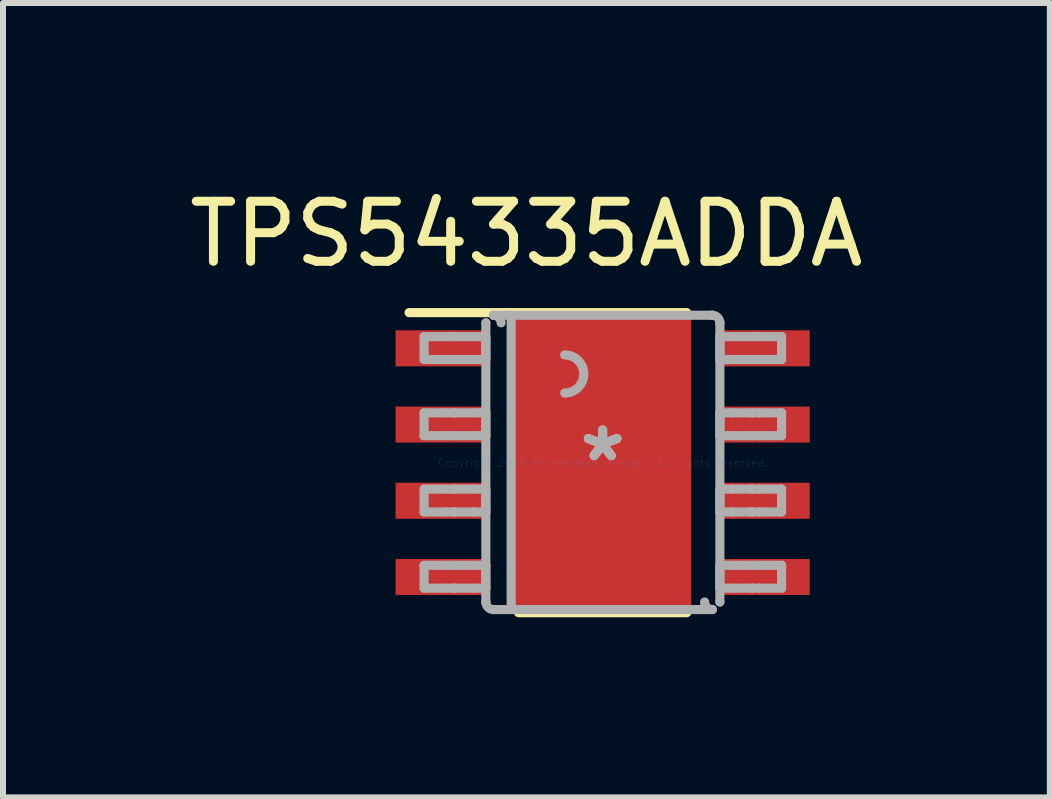
<source format=kicad_pcb>
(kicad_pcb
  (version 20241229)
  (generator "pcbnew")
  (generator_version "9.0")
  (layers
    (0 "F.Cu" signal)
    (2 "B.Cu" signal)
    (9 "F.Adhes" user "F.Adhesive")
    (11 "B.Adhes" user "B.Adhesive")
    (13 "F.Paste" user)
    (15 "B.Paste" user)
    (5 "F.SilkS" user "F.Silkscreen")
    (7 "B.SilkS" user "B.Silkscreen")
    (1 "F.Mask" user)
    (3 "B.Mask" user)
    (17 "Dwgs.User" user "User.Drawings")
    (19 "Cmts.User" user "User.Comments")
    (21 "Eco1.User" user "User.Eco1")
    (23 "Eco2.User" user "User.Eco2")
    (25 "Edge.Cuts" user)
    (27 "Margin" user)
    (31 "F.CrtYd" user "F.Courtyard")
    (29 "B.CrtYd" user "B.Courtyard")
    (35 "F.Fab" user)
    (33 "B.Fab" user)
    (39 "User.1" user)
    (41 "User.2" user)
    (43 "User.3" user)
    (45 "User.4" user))
  (footprint "TPS54335ADDA"
    (layer "F.Cu")
    (at 6.99 4.658)
    (property "Reference" "TPS54335ADDA" (at -1.27 -3.81 0) (layer "F.SilkS") (effects (font (size 1 1) (thickness 0.15))))
    (attr through_hole)
    (fp_line (start -1.2 -1.502) (end -1.199 -1.511) (stroke (width 0.152) (type solid)) (layer "F.Mask"))
    (fp_line (start -1.2 1.502) (end -1.2 -1.502) (stroke (width 0.152) (type solid)) (layer "F.Mask"))
    (fp_line (start -1.199 -1.511) (end -1.196 -1.52) (stroke (width 0.152) (type solid)) (layer "F.Mask"))
    (fp_line (start -1.199 1.511) (end -1.2 1.502) (stroke (width 0.152) (type solid)) (layer "F.Mask"))
    (fp_line (start -1.196 -1.52) (end -1.192 -1.529) (stroke (width 0.152) (type solid)) (layer "F.Mask"))
    (fp_line (start -1.196 1.52) (end -1.199 1.511) (stroke (width 0.152) (type solid)) (layer "F.Mask"))
    (fp_line (start -1.192 -1.529) (end -1.186 -1.536) (stroke (width 0.152) (type solid)) (layer "F.Mask"))
    (fp_line (start -1.192 1.529) (end -1.196 1.52) (stroke (width 0.152) (type solid)) (layer "F.Mask"))
    (fp_line (start -1.186 -1.536) (end -1.179 -1.542) (stroke (width 0.152) (type solid)) (layer "F.Mask"))
    (fp_line (start -1.186 1.536) (end -1.192 1.529) (stroke (width 0.152) (type solid)) (layer "F.Mask"))
    (fp_line (start -1.179 -1.542) (end -1.17 -1.546) (stroke (width 0.152) (type solid)) (layer "F.Mask"))
    (fp_line (start -1.179 1.542) (end -1.186 1.536) (stroke (width 0.152) (type solid)) (layer "F.Mask"))
    (fp_line (start -1.17 -1.546) (end -1.161 -1.549) (stroke (width 0.152) (type solid)) (layer "F.Mask"))
    (fp_line (start -1.17 1.546) (end -1.179 1.542) (stroke (width 0.152) (type solid)) (layer "F.Mask"))
    (fp_line (start -1.161 -1.549) (end -1.152 -1.55) (stroke (width 0.152) (type solid)) (layer "F.Mask"))
    (fp_line (start -1.161 1.549) (end -1.17 1.546) (stroke (width 0.152) (type solid)) (layer "F.Mask"))
    (fp_line (start -1.152 -1.55) (end 1.152 -1.55) (stroke (width 0.152) (type solid)) (layer "F.Mask"))
    (fp_line (start -1.152 1.55) (end -1.161 1.549) (stroke (width 0.152) (type solid)) (layer "F.Mask"))
    (fp_line (start 1.152 -1.55) (end 1.161 -1.549) (stroke (width 0.152) (type solid)) (layer "F.Mask"))
    (fp_line (start 1.152 1.55) (end -1.152 1.55) (stroke (width 0.152) (type solid)) (layer "F.Mask"))
    (fp_line (start 1.161 -1.549) (end 1.17 -1.546) (stroke (width 0.152) (type solid)) (layer "F.Mask"))
    (fp_line (start 1.161 1.549) (end 1.152 1.55) (stroke (width 0.152) (type solid)) (layer "F.Mask"))
    (fp_line (start 1.17 -1.546) (end 1.179 -1.542) (stroke (width 0.152) (type solid)) (layer "F.Mask"))
    (fp_line (start 1.17 1.546) (end 1.161 1.549) (stroke (width 0.152) (type solid)) (layer "F.Mask"))
    (fp_line (start 1.179 -1.542) (end 1.186 -1.536) (stroke (width 0.152) (type solid)) (layer "F.Mask"))
    (fp_line (start 1.179 1.542) (end 1.17 1.546) (stroke (width 0.152) (type solid)) (layer "F.Mask"))
    (fp_line (start 1.186 -1.536) (end 1.192 -1.529) (stroke (width 0.152) (type solid)) (layer "F.Mask"))
    (fp_line (start 1.186 1.536) (end 1.179 1.542) (stroke (width 0.152) (type solid)) (layer "F.Mask"))
    (fp_line (start 1.192 -1.529) (end 1.196 -1.52) (stroke (width 0.152) (type solid)) (layer "F.Mask"))
    (fp_line (start 1.192 1.529) (end 1.186 1.536) (stroke (width 0.152) (type solid)) (layer "F.Mask"))
    (fp_line (start 1.196 -1.52) (end 1.199 -1.511) (stroke (width 0.152) (type solid)) (layer "F.Mask"))
    (fp_line (start 1.196 1.52) (end 1.192 1.529) (stroke (width 0.152) (type solid)) (layer "F.Mask"))
    (fp_line (start 1.199 -1.511) (end 1.2 -1.502) (stroke (width 0.152) (type solid)) (layer "F.Mask"))
    (fp_line (start 1.199 1.511) (end 1.196 1.52) (stroke (width 0.152) (type solid)) (layer "F.Mask"))
    (fp_line (start 1.2 -1.502) (end 1.2 1.502) (stroke (width 0.152) (type solid)) (layer "F.Mask"))
    (fp_line (start 1.2 1.502) (end 1.199 1.511) (stroke (width 0.152) (type solid)) (layer "F.Mask"))
    (fp_line (start -3.225 -2.5) (end 1.4 -2.5) (stroke (width 0.152) (type solid)) (layer "F.SilkS"))
    (fp_line (start -1.4 2.5) (end 1.4 2.5) (stroke (width 0.152) (type solid)) (layer "F.SilkS"))
    (fp_line (start -1.2 -1.502) (end -1.199 -1.511) (stroke (width 0.152) (type solid)) (layer "F.Paste"))
    (fp_line (start -1.2 1.502) (end -1.2 -1.502) (stroke (width 0.152) (type solid)) (layer "F.Paste"))
    (fp_line (start -1.199 -1.511) (end -1.196 -1.52) (stroke (width 0.152) (type solid)) (layer "F.Paste"))
    (fp_line (start -1.199 1.511) (end -1.2 1.502) (stroke (width 0.152) (type solid)) (layer "F.Paste"))
    (fp_line (start -1.196 -1.52) (end -1.192 -1.529) (stroke (width 0.152) (type solid)) (layer "F.Paste"))
    (fp_line (start -1.196 1.52) (end -1.199 1.511) (stroke (width 0.152) (type solid)) (layer "F.Paste"))
    (fp_line (start -1.192 -1.529) (end -1.186 -1.536) (stroke (width 0.152) (type solid)) (layer "F.Paste"))
    (fp_line (start -1.192 1.529) (end -1.196 1.52) (stroke (width 0.152) (type solid)) (layer "F.Paste"))
    (fp_line (start -1.186 -1.536) (end -1.179 -1.542) (stroke (width 0.152) (type solid)) (layer "F.Paste"))
    (fp_line (start -1.186 1.536) (end -1.192 1.529) (stroke (width 0.152) (type solid)) (layer "F.Paste"))
    (fp_line (start -1.179 -1.542) (end -1.17 -1.546) (stroke (width 0.152) (type solid)) (layer "F.Paste"))
    (fp_line (start -1.179 1.542) (end -1.186 1.536) (stroke (width 0.152) (type solid)) (layer "F.Paste"))
    (fp_line (start -1.17 -1.546) (end -1.161 -1.549) (stroke (width 0.152) (type solid)) (layer "F.Paste"))
    (fp_line (start -1.17 1.546) (end -1.179 1.542) (stroke (width 0.152) (type solid)) (layer "F.Paste"))
    (fp_line (start -1.161 -1.549) (end -1.152 -1.55) (stroke (width 0.152) (type solid)) (layer "F.Paste"))
    (fp_line (start -1.161 1.549) (end -1.17 1.546) (stroke (width 0.152) (type solid)) (layer "F.Paste"))
    (fp_line (start -1.152 -1.55) (end 1.152 -1.55) (stroke (width 0.152) (type solid)) (layer "F.Paste"))
    (fp_line (start -1.152 1.55) (end -1.161 1.549) (stroke (width 0.152) (type solid)) (layer "F.Paste"))
    (fp_line (start 1.152 -1.55) (end 1.161 -1.549) (stroke (width 0.152) (type solid)) (layer "F.Paste"))
    (fp_line (start 1.152 1.55) (end -1.152 1.55) (stroke (width 0.152) (type solid)) (layer "F.Paste"))
    (fp_line (start 1.161 -1.549) (end 1.17 -1.546) (stroke (width 0.152) (type solid)) (layer "F.Paste"))
    (fp_line (start 1.161 1.549) (end 1.152 1.55) (stroke (width 0.152) (type solid)) (layer "F.Paste"))
    (fp_line (start 1.17 -1.546) (end 1.179 -1.542) (stroke (width 0.152) (type solid)) (layer "F.Paste"))
    (fp_line (start 1.17 1.546) (end 1.161 1.549) (stroke (width 0.152) (type solid)) (layer "F.Paste"))
    (fp_line (start 1.179 -1.542) (end 1.186 -1.536) (stroke (width 0.152) (type solid)) (layer "F.Paste"))
    (fp_line (start 1.179 1.542) (end 1.17 1.546) (stroke (width 0.152) (type solid)) (layer "F.Paste"))
    (fp_line (start 1.186 -1.536) (end 1.192 -1.529) (stroke (width 0.152) (type solid)) (layer "F.Paste"))
    (fp_line (start 1.186 1.536) (end 1.179 1.542) (stroke (width 0.152) (type solid)) (layer "F.Paste"))
    (fp_line (start 1.192 -1.529) (end 1.196 -1.52) (stroke (width 0.152) (type solid)) (layer "F.Paste"))
    (fp_line (start 1.192 1.529) (end 1.186 1.536) (stroke (width 0.152) (type solid)) (layer "F.Paste"))
    (fp_line (start 1.196 -1.52) (end 1.199 -1.511) (stroke (width 0.152) (type solid)) (layer "F.Paste"))
    (fp_line (start 1.196 1.52) (end 1.192 1.529) (stroke (width 0.152) (type solid)) (layer "F.Paste"))
    (fp_line (start 1.199 -1.511) (end 1.2 -1.502) (stroke (width 0.152) (type solid)) (layer "F.Paste"))
    (fp_line (start 1.199 1.511) (end 1.196 1.52) (stroke (width 0.152) (type solid)) (layer "F.Paste"))
    (fp_line (start 1.2 -1.502) (end 1.2 1.502) (stroke (width 0.152) (type solid)) (layer "F.Paste"))
    (fp_line (start 1.2 1.502) (end 1.199 1.511) (stroke (width 0.152) (type solid)) (layer "F.Paste"))
    (fp_line (start -2.975 -2.1) (end -2.614 -2.1) (stroke (width 0.152) (type solid)) (layer "F.Fab"))
    (fp_line (start -2.975 -1.719) (end -2.975 -2.1) (stroke (width 0.152) (type solid)) (layer "F.Fab"))
    (fp_line (start -2.975 -1.719) (end -2.614 -1.719) (stroke (width 0.152) (type solid)) (layer "F.Fab"))
    (fp_line (start -2.975 -0.83) (end -2.614 -0.83) (stroke (width 0.152) (type solid)) (layer "F.Fab"))
    (fp_line (start -2.975 -0.449) (end -2.975 -0.83) (stroke (width 0.152) (type solid)) (layer "F.Fab"))
    (fp_line (start -2.975 -0.449) (end -2.614 -0.449) (stroke (width 0.152) (type solid)) (layer "F.Fab"))
    (fp_line (start -2.975 0.44) (end -2.614 0.44) (stroke (width 0.152) (type solid)) (layer "F.Fab"))
    (fp_line (start -2.975 0.821) (end -2.975 0.44) (stroke (width 0.152) (type solid)) (layer "F.Fab"))
    (fp_line (start -2.975 0.821) (end -2.614 0.821) (stroke (width 0.152) (type solid)) (layer "F.Fab"))
    (fp_line (start -2.975 1.71) (end -2.614 1.71) (stroke (width 0.152) (type solid)) (layer "F.Fab"))
    (fp_line (start -2.975 2.091) (end -2.975 1.71) (stroke (width 0.152) (type solid)) (layer "F.Fab"))
    (fp_line (start -2.975 2.091) (end -2.614 2.091) (stroke (width 0.152) (type solid)) (layer "F.Fab"))
    (fp_line (start -2.614 -2.1) (end -2.497 -2.1) (stroke (width 0.152) (type solid)) (layer "F.Fab"))
    (fp_line (start -2.614 -1.719) (end -2.497 -1.719) (stroke (width 0.152) (type solid)) (layer "F.Fab"))
    (fp_line (start -2.614 -0.83) (end -2.497 -0.83) (stroke (width 0.152) (type solid)) (layer "F.Fab"))
    (fp_line (start -2.614 -0.449) (end -2.497 -0.449) (stroke (width 0.152) (type solid)) (layer "F.Fab"))
    (fp_line (start -2.614 0.44) (end -2.497 0.44) (stroke (width 0.152) (type solid)) (layer "F.Fab"))
    (fp_line (start -2.614 0.821) (end -2.497 0.821) (stroke (width 0.152) (type solid)) (layer "F.Fab"))
    (fp_line (start -2.614 1.71) (end -2.497 1.71) (stroke (width 0.152) (type solid)) (layer "F.Fab"))
    (fp_line (start -2.614 2.091) (end -2.497 2.091) (stroke (width 0.152) (type solid)) (layer "F.Fab"))
    (fp_line (start -2.497 -2.1) (end -2.473 -2.1) (stroke (width 0.152) (type solid)) (layer "F.Fab"))
    (fp_line (start -2.497 -1.719) (end -2.473 -1.719) (stroke (width 0.152) (type solid)) (layer "F.Fab"))
    (fp_line (start -2.497 -0.83) (end -2.473 -0.83) (stroke (width 0.152) (type solid)) (layer "F.Fab"))
    (fp_line (start -2.497 -0.449) (end -2.473 -0.449) (stroke (width 0.152) (type solid)) (layer "F.Fab"))
    (fp_line (start -2.497 0.44) (end -2.473 0.44) (stroke (width 0.152) (type solid)) (layer "F.Fab"))
    (fp_line (start -2.497 0.821) (end -2.473 0.821) (stroke (width 0.152) (type solid)) (layer "F.Fab"))
    (fp_line (start -2.497 1.71) (end -2.473 1.71) (stroke (width 0.152) (type solid)) (layer "F.Fab"))
    (fp_line (start -2.497 2.091) (end -2.473 2.091) (stroke (width 0.152) (type solid)) (layer "F.Fab"))
    (fp_line (start -2.473 -2.1) (end -2.144 -2.1) (stroke (width 0.152) (type solid)) (layer "F.Fab"))
    (fp_line (start -2.473 -1.719) (end -2.144 -1.719) (stroke (width 0.152) (type solid)) (layer "F.Fab"))
    (fp_line (start -2.473 -0.83) (end -2.144 -0.83) (stroke (width 0.152) (type solid)) (layer "F.Fab"))
    (fp_line (start -2.473 -0.449) (end -2.144 -0.449) (stroke (width 0.152) (type solid)) (layer "F.Fab"))
    (fp_line (start -2.473 0.44) (end -2.144 0.44) (stroke (width 0.152) (type solid)) (layer "F.Fab"))
    (fp_line (start -2.473 0.821) (end -2.144 0.821) (stroke (width 0.152) (type solid)) (layer "F.Fab"))
    (fp_line (start -2.473 1.71) (end -2.144 1.71) (stroke (width 0.152) (type solid)) (layer "F.Fab"))
    (fp_line (start -2.473 2.091) (end -2.144 2.091) (stroke (width 0.152) (type solid)) (layer "F.Fab"))
    (fp_line (start -2.144 -2.1) (end -1.946 -2.1) (stroke (width 0.152) (type solid)) (layer "F.Fab"))
    (fp_line (start -2.144 -1.719) (end -1.946 -1.719) (stroke (width 0.152) (type solid)) (layer "F.Fab"))
    (fp_line (start -2.144 -0.83) (end -1.946 -0.83) (stroke (width 0.152) (type solid)) (layer "F.Fab"))
    (fp_line (start -2.144 -0.449) (end -1.946 -0.449) (stroke (width 0.152) (type solid)) (layer "F.Fab"))
    (fp_line (start -2.144 0.44) (end -1.946 0.44) (stroke (width 0.152) (type solid)) (layer "F.Fab"))
    (fp_line (start -2.144 0.821) (end -1.946 0.821) (stroke (width 0.152) (type solid)) (layer "F.Fab"))
    (fp_line (start -2.144 1.71) (end -1.946 1.71) (stroke (width 0.152) (type solid)) (layer "F.Fab"))
    (fp_line (start -2.144 2.091) (end -1.946 2.091) (stroke (width 0.152) (type solid)) (layer "F.Fab"))
    (fp_line (start -1.946 -2.329) (end -1.946 -2.33) (stroke (width 0.152) (type solid)) (layer "F.Fab"))
    (fp_line (start -1.946 -1.719) (end -1.946 -2.1) (stroke (width 0.152) (type solid)) (layer "F.Fab"))
    (fp_line (start -1.946 -0.449) (end -1.946 -0.83) (stroke (width 0.152) (type solid)) (layer "F.Fab"))
    (fp_line (start -1.946 0.821) (end -1.946 0.44) (stroke (width 0.152) (type solid)) (layer "F.Fab"))
    (fp_line (start -1.946 2.091) (end -1.946 1.71) (stroke (width 0.152) (type solid)) (layer "F.Fab"))
    (fp_line (start -1.946 2.32) (end -1.946 -2.329) (stroke (width 0.152) (type solid)) (layer "F.Fab"))
    (fp_line (start -1.946 2.32) (end -1.946 2.321) (stroke (width 0.152) (type solid)) (layer "F.Fab"))
    (fp_line (start -1.82 -2.456) (end -1.819 -2.456) (stroke (width 0.152) (type solid)) (layer "F.Fab"))
    (fp_line (start -1.82 2.447) (end -1.819 2.447) (stroke (width 0.152) (type solid)) (layer "F.Fab"))
    (fp_line (start -1.819 -2.456) (end 1.826 -2.456) (stroke (width 0.152) (type solid)) (layer "F.Fab"))
    (fp_line (start -1.819 2.447) (end 1.826 2.447) (stroke (width 0.152) (type solid)) (layer "F.Fab"))
    (fp_line (start -1.524 2.447) (end -1.524 -2.456) (stroke (width 0.152) (type solid)) (layer "F.Fab"))
    (fp_line (start 1.826 -2.456) (end 1.827 -2.456) (stroke (width 0.152) (type solid)) (layer "F.Fab"))
    (fp_line (start 1.826 2.447) (end 1.827 2.447) (stroke (width 0.152) (type solid)) (layer "F.Fab"))
    (fp_line (start 1.953 -2.329) (end 1.953 -2.33) (stroke (width 0.152) (type solid)) (layer "F.Fab"))
    (fp_line (start 1.953 -2.1) (end 2.15 -2.1) (stroke (width 0.152) (type solid)) (layer "F.Fab"))
    (fp_line (start 1.953 -1.719) (end 1.953 -2.1) (stroke (width 0.152) (type solid)) (layer "F.Fab"))
    (fp_line (start 1.953 -1.719) (end 2.15 -1.719) (stroke (width 0.152) (type solid)) (layer "F.Fab"))
    (fp_line (start 1.953 -0.83) (end 2.15 -0.83) (stroke (width 0.152) (type solid)) (layer "F.Fab"))
    (fp_line (start 1.953 -0.449) (end 1.953 -0.83) (stroke (width 0.152) (type solid)) (layer "F.Fab"))
    (fp_line (start 1.953 -0.449) (end 2.15 -0.449) (stroke (width 0.152) (type solid)) (layer "F.Fab"))
    (fp_line (start 1.953 0.44) (end 2.15 0.44) (stroke (width 0.152) (type solid)) (layer "F.Fab"))
    (fp_line (start 1.953 0.821) (end 1.953 0.44) (stroke (width 0.152) (type solid)) (layer "F.Fab"))
    (fp_line (start 1.953 0.821) (end 2.15 0.821) (stroke (width 0.152) (type solid)) (layer "F.Fab"))
    (fp_line (start 1.953 1.71) (end 2.15 1.71) (stroke (width 0.152) (type solid)) (layer "F.Fab"))
    (fp_line (start 1.953 2.091) (end 1.953 1.71) (stroke (width 0.152) (type solid)) (layer "F.Fab"))
    (fp_line (start 1.953 2.091) (end 2.15 2.091) (stroke (width 0.152) (type solid)) (layer "F.Fab"))
    (fp_line (start 1.953 2.32) (end 1.953 -2.329) (stroke (width 0.152) (type solid)) (layer "F.Fab"))
    (fp_line (start 1.953 2.321) (end 1.953 2.32) (stroke (width 0.152) (type solid)) (layer "F.Fab"))
    (fp_line (start 2.15 -2.1) (end 2.479 -2.1) (stroke (width 0.152) (type solid)) (layer "F.Fab"))
    (fp_line (start 2.15 -1.719) (end 2.479 -1.719) (stroke (width 0.152) (type solid)) (layer "F.Fab"))
    (fp_line (start 2.15 -0.83) (end 2.479 -0.83) (stroke (width 0.152) (type solid)) (layer "F.Fab"))
    (fp_line (start 2.15 -0.449) (end 2.479 -0.449) (stroke (width 0.152) (type solid)) (layer "F.Fab"))
    (fp_line (start 2.15 0.44) (end 2.479 0.44) (stroke (width 0.152) (type solid)) (layer "F.Fab"))
    (fp_line (start 2.15 0.821) (end 2.479 0.821) (stroke (width 0.152) (type solid)) (layer "F.Fab"))
    (fp_line (start 2.15 1.71) (end 2.479 1.71) (stroke (width 0.152) (type solid)) (layer "F.Fab"))
    (fp_line (start 2.15 2.091) (end 2.479 2.091) (stroke (width 0.152) (type solid)) (layer "F.Fab"))
    (fp_line (start 2.479 -2.1) (end 2.503 -2.1) (stroke (width 0.152) (type solid)) (layer "F.Fab"))
    (fp_line (start 2.479 -1.719) (end 2.503 -1.719) (stroke (width 0.152) (type solid)) (layer "F.Fab"))
    (fp_line (start 2.479 -0.83) (end 2.503 -0.83) (stroke (width 0.152) (type solid)) (layer "F.Fab"))
    (fp_line (start 2.479 -0.449) (end 2.503 -0.449) (stroke (width 0.152) (type solid)) (layer "F.Fab"))
    (fp_line (start 2.479 0.44) (end 2.503 0.44) (stroke (width 0.152) (type solid)) (layer "F.Fab"))
    (fp_line (start 2.479 0.821) (end 2.503 0.821) (stroke (width 0.152) (type solid)) (layer "F.Fab"))
    (fp_line (start 2.479 1.71) (end 2.503 1.71) (stroke (width 0.152) (type solid)) (layer "F.Fab"))
    (fp_line (start 2.479 2.091) (end 2.503 2.091) (stroke (width 0.152) (type solid)) (layer "F.Fab"))
    (fp_line (start 2.503 -2.1) (end 2.621 -2.1) (stroke (width 0.152) (type solid)) (layer "F.Fab"))
    (fp_line (start 2.503 -1.719) (end 2.621 -1.719) (stroke (width 0.152) (type solid)) (layer "F.Fab"))
    (fp_line (start 2.503 -0.83) (end 2.621 -0.83) (stroke (width 0.152) (type solid)) (layer "F.Fab"))
    (fp_line (start 2.503 -0.449) (end 2.621 -0.449) (stroke (width 0.152) (type solid)) (layer "F.Fab"))
    (fp_line (start 2.503 0.44) (end 2.621 0.44) (stroke (width 0.152) (type solid)) (layer "F.Fab"))
    (fp_line (start 2.503 0.821) (end 2.621 0.821) (stroke (width 0.152) (type solid)) (layer "F.Fab"))
    (fp_line (start 2.503 1.71) (end 2.621 1.71) (stroke (width 0.152) (type solid)) (layer "F.Fab"))
    (fp_line (start 2.503 2.091) (end 2.621 2.091) (stroke (width 0.152) (type solid)) (layer "F.Fab"))
    (fp_line (start 2.621 -2.1) (end 2.981 -2.1) (stroke (width 0.152) (type solid)) (layer "F.Fab"))
    (fp_line (start 2.621 -1.719) (end 2.981 -1.719) (stroke (width 0.152) (type solid)) (layer "F.Fab"))
    (fp_line (start 2.621 -0.83) (end 2.981 -0.83) (stroke (width 0.152) (type solid)) (layer "F.Fab"))
    (fp_line (start 2.621 -0.449) (end 2.981 -0.449) (stroke (width 0.152) (type solid)) (layer "F.Fab"))
    (fp_line (start 2.621 0.44) (end 2.981 0.44) (stroke (width 0.152) (type solid)) (layer "F.Fab"))
    (fp_line (start 2.621 0.821) (end 2.981 0.821) (stroke (width 0.152) (type solid)) (layer "F.Fab"))
    (fp_line (start 2.621 1.71) (end 2.981 1.71) (stroke (width 0.152) (type solid)) (layer "F.Fab"))
    (fp_line (start 2.621 2.091) (end 2.981 2.091) (stroke (width 0.152) (type solid)) (layer "F.Fab"))
    (fp_line (start 2.981 -1.719) (end 2.981 -2.1) (stroke (width 0.152) (type solid)) (layer "F.Fab"))
    (fp_line (start 2.981 -0.449) (end 2.981 -0.83) (stroke (width 0.152) (type solid)) (layer "F.Fab"))
    (fp_line (start 2.981 0.821) (end 2.981 0.44) (stroke (width 0.152) (type solid)) (layer "F.Fab"))
    (fp_line (start 2.981 2.091) (end 2.981 1.71) (stroke (width 0.152) (type solid)) (layer "F.Fab"))
    (fp_arc (start -1.819285 -2.455606) (mid -1.730155 -2.419074) (end -1.692304 -2.330497) (stroke (width 0.1524) (type solid)) (layer "F.Fab"))
    (fp_arc (start -1.819285 2.446604) (mid -1.908415 2.410072) (end -1.946266 2.321495) (stroke (width 0.1524) (type solid)) (layer "F.Fab"))
    (fp_arc (start -0.63185 -1.795201) (mid -0.31435 -1.477701) (end -0.63185 -1.160201) (stroke (width 0.1524) (type solid)) (layer "F.Fab"))
    (fp_arc (start 1.82561 -2.455606) (mid 1.91474 -2.419074) (end 1.952591 -2.330497) (stroke (width 0.1524) (type solid)) (layer "F.Fab"))
    (fp_arc (start 1.82561 2.446604) (mid 1.73648 2.410072) (end 1.698629 2.321495) (stroke (width 0.1524) (type solid)) (layer "F.Fab"))
    (fp_text user "*" (at 0 0 0) (layer "F.SilkS") (effects (font (size 1 1) (thickness 0.15))))
    (fp_text user "Copyright 2016 Accelerated Designs. All rights reserved." (at 0 0 0) (layer "Cmts.User") (effects (font (size 0.127 0.127) (thickness 0.002))))
    (fp_text user "*" (at 0 0 0) (layer "F.Fab") (effects (font (size 1 1) (thickness 0.15))))
    (pad "1" smd rect (at -2.725 -1.905 90) (size 0.6 1.45) (layers "F.Cu" "F.Mask" "F.Paste"))
    (pad "2" smd rect (at -2.725 -0.635 90) (size 0.6 1.45) (layers "F.Cu" "F.Mask" "F.Paste"))
    (pad "3" smd rect (at -2.725 0.635 90) (size 0.6 1.45) (layers "F.Cu" "F.Mask" "F.Paste"))
    (pad "4" smd rect (at -2.725 1.905 90) (size 0.6 1.45) (layers "F.Cu" "F.Mask" "F.Paste"))
    (pad "5" smd rect (at 2.725 1.905 90) (size 0.6 1.45) (layers "F.Cu" "F.Mask" "F.Paste"))
    (pad "6" smd rect (at 2.725 0.635 90) (size 0.6 1.45) (layers "F.Cu" "F.Mask" "F.Paste"))
    (pad "7" smd rect (at 2.725 -0.635 90) (size 0.6 1.45) (layers "F.Cu" "F.Mask" "F.Paste"))
    (pad "8" smd rect (at 2.725 -1.905 90) (size 0.6 1.45) (layers "F.Cu" "F.Mask" "F.Paste"))
    (pad "9" smd rect (at 0 0) (size 2.95 4.9) (layers "F.Cu" "F.Mask" "F.Paste")))
  (gr_rect
    (start -3 -3)
    (end 14.44 10.234)
    (stroke (width 0.1) (type default))
    (fill no)
    (layer "Edge.Cuts")))
</source>
